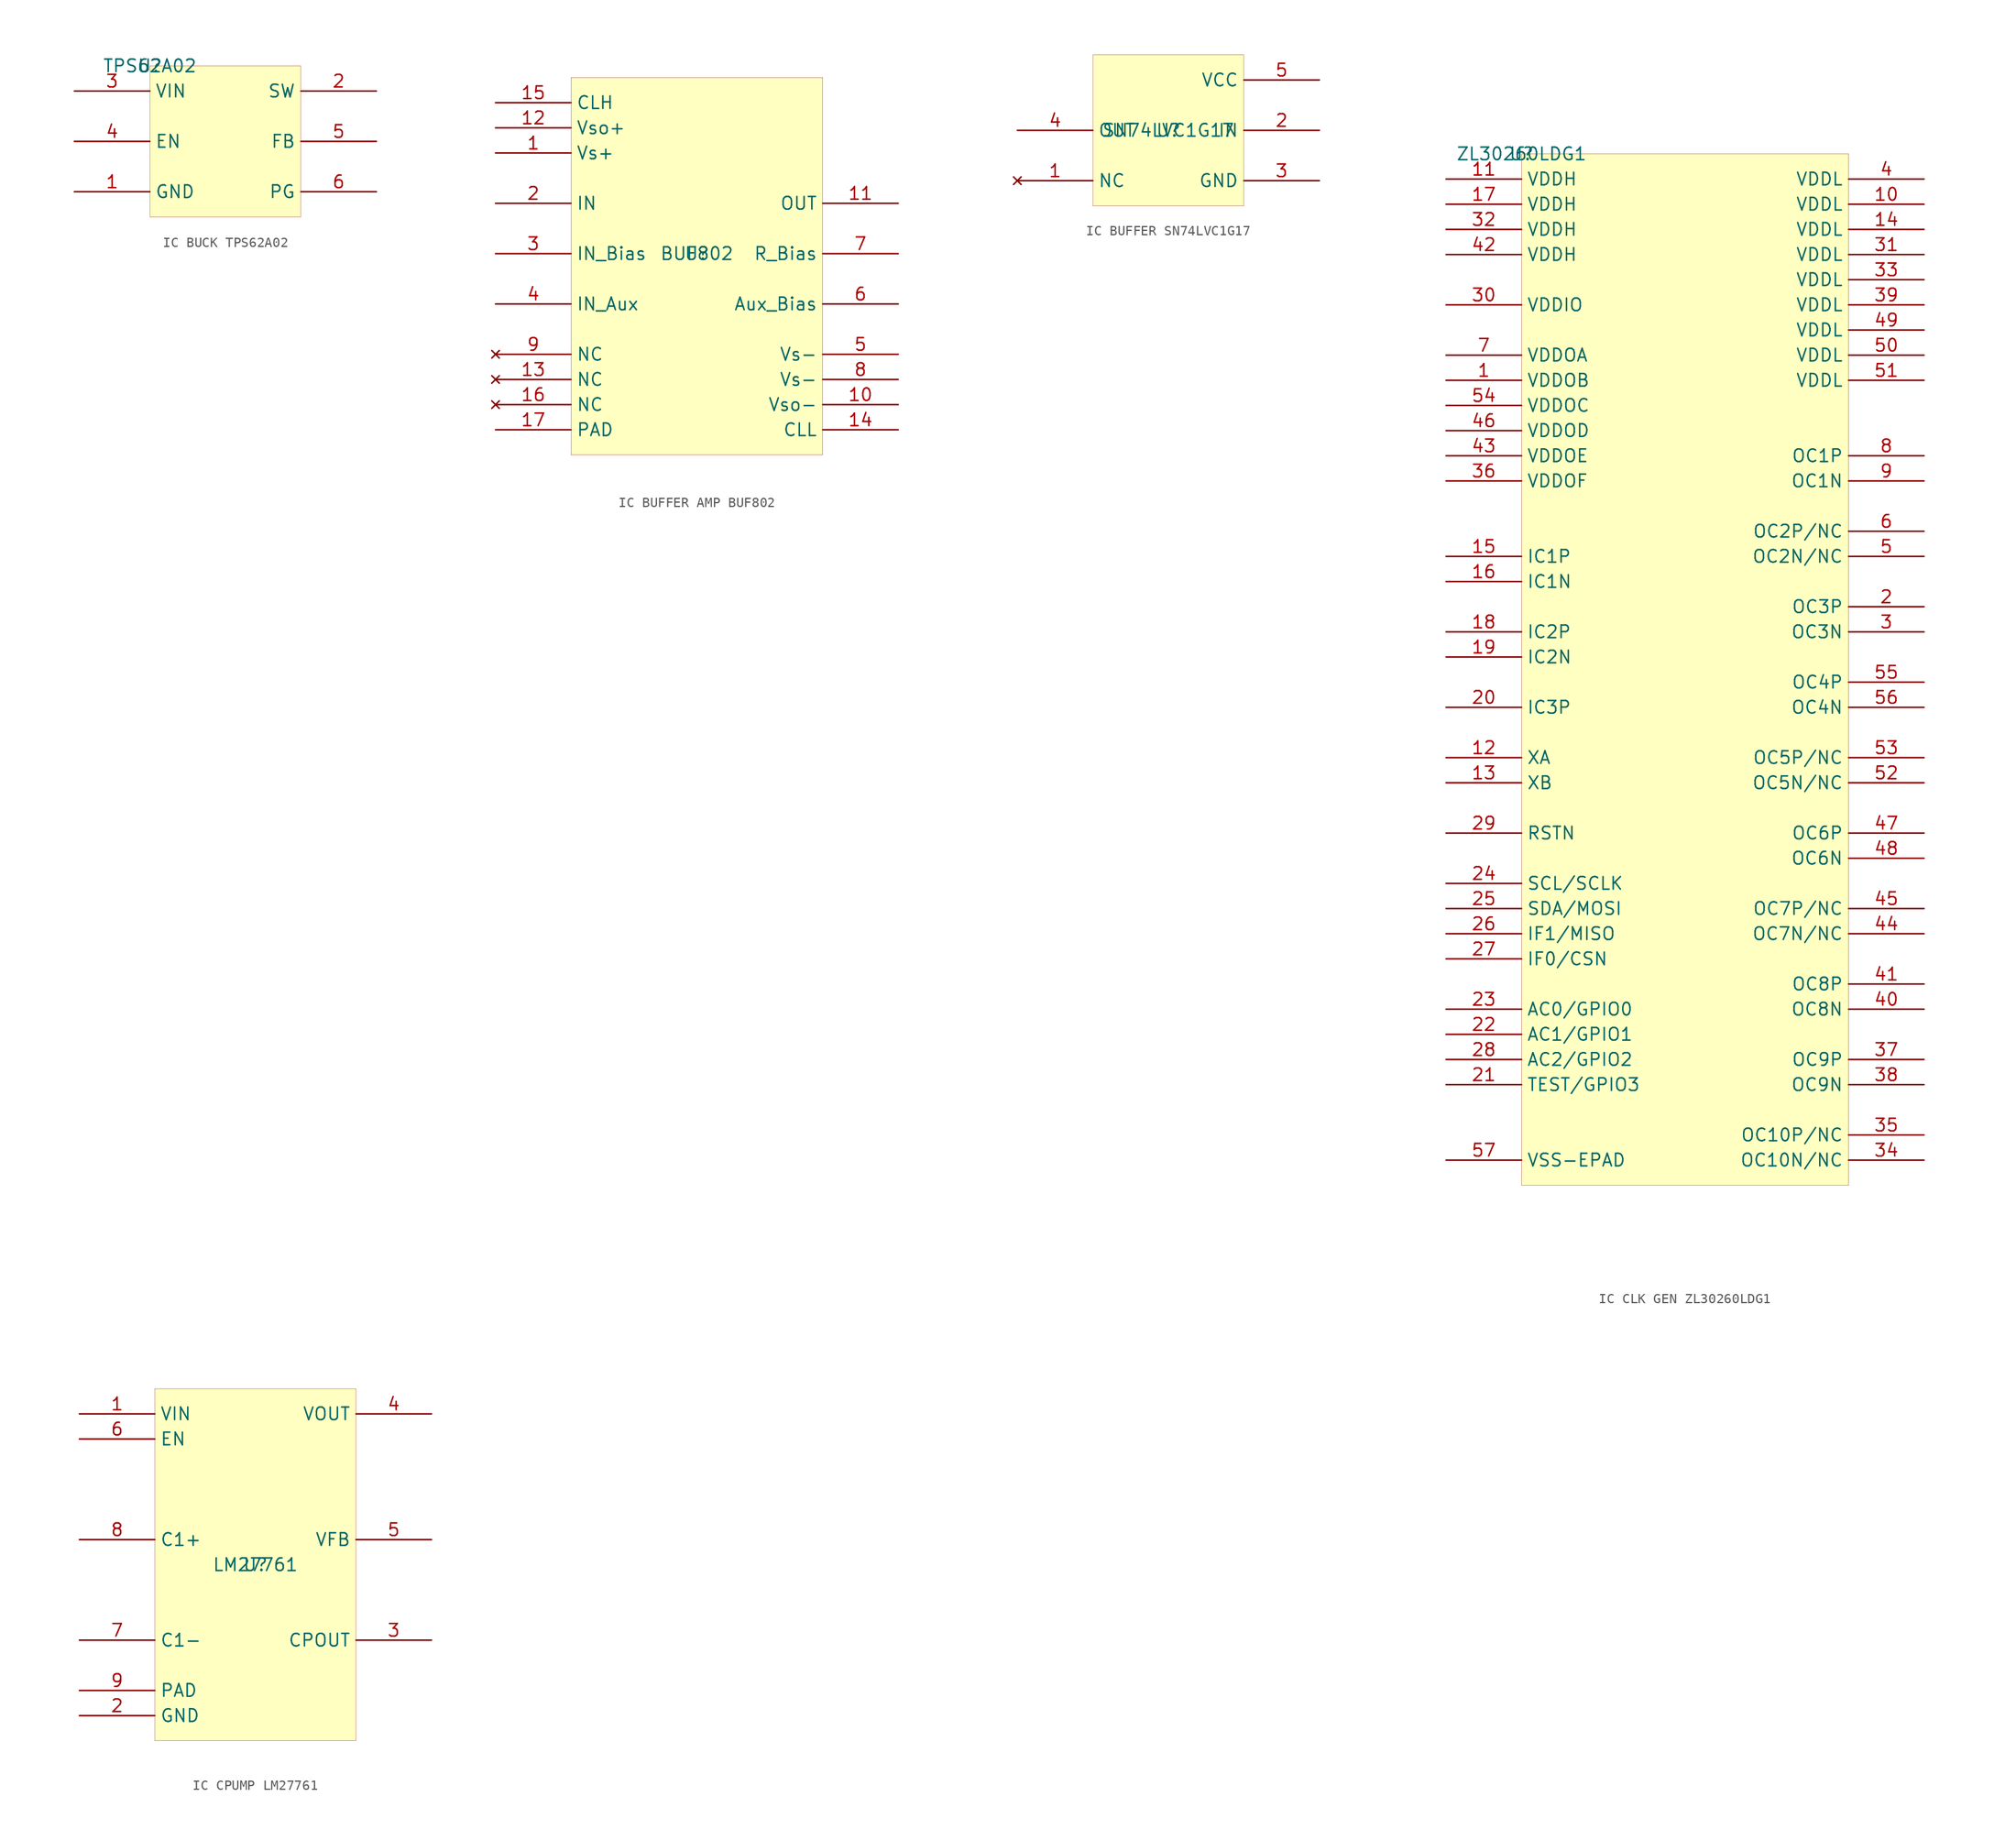
<source format=kicad_sym>
(kicad_symbol_lib
  (version 20241209)
  (generator "kicad_symbol_editor")
  (generator_version "8.99")
  (symbol "IC BUCK TPS62A02"
    (property "Reference" "U"
      (at 0 0 0)
      (effects (font (size 1.27 1.27))))
    (property "Value" "TPS62A02"
      (at 0 0 0)
      (effects (font (size 1.27 1.27))))
    (symbol "IC BUCK TPS62A02_1_0"
      (rectangle (start 15.24 0) (end 0 -15.24) (stroke (width 0.025) (type solid) (color 128 0 0 1)) (fill (type background)))
      (pin power_in line (at -7.62 -2.54 0) (length 7.62) (name "VIN" (effects (font (size 1.27 1.27)))) (number "3" (effects (font (size 1.27 1.27)))))
      (pin input line (at -7.62 -7.62 0) (length 7.62) (name "EN" (effects (font (size 1.27 1.27)))) (number "4" (effects (font (size 1.27 1.27)))))
      (pin power_in line (at -7.62 -12.7 0) (length 7.62) (name "GND" (effects (font (size 1.27 1.27)))) (number "1" (effects (font (size 1.27 1.27)))))
      (pin power_out line (at 22.86 -2.54 180) (length 7.62) (name "SW" (effects (font (size 1.27 1.27)))) (number "2" (effects (font (size 1.27 1.27)))))
      (pin passive line (at 22.86 -7.62 180) (length 7.62) (name "FB" (effects (font (size 1.27 1.27)))) (number "5" (effects (font (size 1.27 1.27)))))
      (pin open_collector line (at 22.86 -12.7 180) (length 7.62) (name "PG" (effects (font (size 1.27 1.27)))) (number "6" (effects (font (size 1.27 1.27)))))))
  (symbol "IC BUFFER AMP BUF802"
    (property "Reference" "U"
      (at 0 0 0)
      (effects (font (size 1.27 1.27))))
    (property "Value" "BUF802"
      (at 0 0 0)
      (effects (font (size 1.27 1.27))))
    (symbol "IC BUFFER AMP BUF802_1_0"
      (rectangle (start 12.7 17.78) (end -12.7 -20.32) (stroke (width 0.025) (type solid) (color 128 0 0 1)) (fill (type background)))
      (pin power_in line (at -20.32 15.24 0) (length 7.62) (name "CLH" (effects (font (size 1.27 1.27)))) (number "15" (effects (font (size 1.27 1.27)))))
      (pin power_in line (at -20.32 12.7 0) (length 7.62) (name "Vso+" (effects (font (size 1.27 1.27)))) (number "12" (effects (font (size 1.27 1.27)))))
      (pin power_in line (at -20.32 10.16 0) (length 7.62) (name "Vs+" (effects (font (size 1.27 1.27)))) (number "1" (effects (font (size 1.27 1.27)))))
      (pin input line (at -20.32 5.08 0) (length 7.62) (name "IN" (effects (font (size 1.27 1.27)))) (number "2" (effects (font (size 1.27 1.27)))))
      (pin input line (at -20.32 0 0) (length 7.62) (name "IN_Bias" (effects (font (size 1.27 1.27)))) (number "3" (effects (font (size 1.27 1.27)))))
      (pin input line (at -20.32 -5.08 0) (length 7.62) (name "IN_Aux" (effects (font (size 1.27 1.27)))) (number "4" (effects (font (size 1.27 1.27)))))
      (pin no_connect line (at -20.32 -10.16 0) (length 7.62) (name "NC" (effects (font (size 1.27 1.27)))) (number "9" (effects (font (size 1.27 1.27)))))
      (pin no_connect line (at -20.32 -12.7 0) (length 7.62) (name "NC" (effects (font (size 1.27 1.27)))) (number "13" (effects (font (size 1.27 1.27)))))
      (pin no_connect line (at -20.32 -15.24 0) (length 7.62) (name "NC" (effects (font (size 1.27 1.27)))) (number "16" (effects (font (size 1.27 1.27)))))
      (pin power_in line (at -20.32 -17.78 0) (length 7.62) (name "PAD" (effects (font (size 1.27 1.27)))) (number "17" (effects (font (size 1.27 1.27)))))
      (pin output line (at 20.32 5.08 180) (length 7.62) (name "OUT" (effects (font (size 1.27 1.27)))) (number "11" (effects (font (size 1.27 1.27)))))
      (pin input line (at 20.32 0 180) (length 7.62) (name "R_Bias" (effects (font (size 1.27 1.27)))) (number "7" (effects (font (size 1.27 1.27)))))
      (pin input line (at 20.32 -5.08 180) (length 7.62) (name "Aux_Bias" (effects (font (size 1.27 1.27)))) (number "6" (effects (font (size 1.27 1.27)))))
      (pin power_in line (at 20.32 -10.16 180) (length 7.62) (name "Vs-" (effects (font (size 1.27 1.27)))) (number "5" (effects (font (size 1.27 1.27)))))
      (pin power_in line (at 20.32 -12.7 180) (length 7.62) (name "Vs-" (effects (font (size 1.27 1.27)))) (number "8" (effects (font (size 1.27 1.27)))))
      (pin power_in line (at 20.32 -15.24 180) (length 7.62) (name "Vso-" (effects (font (size 1.27 1.27)))) (number "10" (effects (font (size 1.27 1.27)))))
      (pin power_in line (at 20.32 -17.78 180) (length 7.62) (name "CLL" (effects (font (size 1.27 1.27)))) (number "14" (effects (font (size 1.27 1.27)))))))
  (symbol "IC BUFFER SN74LVC1G17"
    (property "Reference" "U"
      (at 0 0 0)
      (effects (font (size 1.27 1.27))))
    (property "Value" "SN74LVC1G17"
      (at 0 0 0)
      (effects (font (size 1.27 1.27))))
    (symbol "IC BUFFER SN74LVC1G17_1_0"
      (rectangle (start 7.62 7.62) (end -7.62 -7.62) (stroke (width 0.025) (type solid) (color 128 0 0 1)) (fill (type background)))
      (pin output line (at -15.24 0 0) (length 7.62) (name "OUT" (effects (font (size 1.27 1.27)))) (number "4" (effects (font (size 1.27 1.27)))))
      (pin no_connect line (at -15.24 -5.08 0) (length 7.62) (name "NC" (effects (font (size 1.27 1.27)))) (number "1" (effects (font (size 1.27 1.27)))))
      (pin power_in line (at 15.24 5.08 180) (length 7.62) (name "VCC" (effects (font (size 1.27 1.27)))) (number "5" (effects (font (size 1.27 1.27)))))
      (pin input line (at 15.24 0 180) (length 7.62) (name "IN" (effects (font (size 1.27 1.27)))) (number "2" (effects (font (size 1.27 1.27)))))
      (pin power_in line (at 15.24 -5.08 180) (length 7.62) (name "GND" (effects (font (size 1.27 1.27)))) (number "3" (effects (font (size 1.27 1.27)))))))
  (symbol "IC CLK GEN ZL30260LDG1"
    (property "Reference" "U"
      (at 0 0 0)
      (effects (font (size 1.27 1.27))))
    (property "Value" "ZL30260LDG1"
      (at 0 0 0)
      (effects (font (size 1.27 1.27))))
    (symbol "IC CLK GEN ZL30260LDG1_1_0"
      (rectangle (start 33.02 0) (end 0 -104.14) (stroke (width 0.025) (type solid) (color 128 0 0 1)) (fill (type background)))
      (pin power_in line (at -7.62 -2.54 0) (length 7.62) (name "VDDH" (effects (font (size 1.27 1.27)))) (number "11" (effects (font (size 1.27 1.27)))))
      (pin power_in line (at -7.62 -5.08 0) (length 7.62) (name "VDDH" (effects (font (size 1.27 1.27)))) (number "17" (effects (font (size 1.27 1.27)))))
      (pin power_in line (at -7.62 -7.62 0) (length 7.62) (name "VDDH" (effects (font (size 1.27 1.27)))) (number "32" (effects (font (size 1.27 1.27)))))
      (pin power_in line (at -7.62 -10.16 0) (length 7.62) (name "VDDH" (effects (font (size 1.27 1.27)))) (number "42" (effects (font (size 1.27 1.27)))))
      (pin power_in line (at -7.62 -15.24 0) (length 7.62) (name "VDDIO" (effects (font (size 1.27 1.27)))) (number "30" (effects (font (size 1.27 1.27)))))
      (pin power_in line (at -7.62 -20.32 0) (length 7.62) (name "VDDOA" (effects (font (size 1.27 1.27)))) (number "7" (effects (font (size 1.27 1.27)))))
      (pin power_in line (at -7.62 -22.86 0) (length 7.62) (name "VDDOB" (effects (font (size 1.27 1.27)))) (number "1" (effects (font (size 1.27 1.27)))))
      (pin power_in line (at -7.62 -25.4 0) (length 7.62) (name "VDDOC" (effects (font (size 1.27 1.27)))) (number "54" (effects (font (size 1.27 1.27)))))
      (pin power_in line (at -7.62 -27.94 0) (length 7.62) (name "VDDOD" (effects (font (size 1.27 1.27)))) (number "46" (effects (font (size 1.27 1.27)))))
      (pin power_in line (at -7.62 -30.48 0) (length 7.62) (name "VDDOE" (effects (font (size 1.27 1.27)))) (number "43" (effects (font (size 1.27 1.27)))))
      (pin power_in line (at -7.62 -33.02 0) (length 7.62) (name "VDDOF" (effects (font (size 1.27 1.27)))) (number "36" (effects (font (size 1.27 1.27)))))
      (pin input line (at -7.62 -40.64 0) (length 7.62) (name "IC1P" (effects (font (size 1.27 1.27)))) (number "15" (effects (font (size 1.27 1.27)))))
      (pin input line (at -7.62 -43.18 0) (length 7.62) (name "IC1N" (effects (font (size 1.27 1.27)))) (number "16" (effects (font (size 1.27 1.27)))))
      (pin input line (at -7.62 -48.26 0) (length 7.62) (name "IC2P" (effects (font (size 1.27 1.27)))) (number "18" (effects (font (size 1.27 1.27)))))
      (pin input line (at -7.62 -50.8 0) (length 7.62) (name "IC2N" (effects (font (size 1.27 1.27)))) (number "19" (effects (font (size 1.27 1.27)))))
      (pin input line (at -7.62 -55.88 0) (length 7.62) (name "IC3P" (effects (font (size 1.27 1.27)))) (number "20" (effects (font (size 1.27 1.27)))))
      (pin input line (at -7.62 -60.96 0) (length 7.62) (name "XA" (effects (font (size 1.27 1.27)))) (number "12" (effects (font (size 1.27 1.27)))))
      (pin input line (at -7.62 -63.5 0) (length 7.62) (name "XB" (effects (font (size 1.27 1.27)))) (number "13" (effects (font (size 1.27 1.27)))))
      (pin input line (at -7.62 -68.58 0) (length 7.62) (name "RSTN" (effects (font (size 1.27 1.27)))) (number "29" (effects (font (size 1.27 1.27)))))
      (pin bidirectional line (at -7.62 -73.66 0) (length 7.62) (name "SCL/SCLK" (effects (font (size 1.27 1.27)))) (number "24" (effects (font (size 1.27 1.27)))))
      (pin bidirectional line (at -7.62 -76.2 0) (length 7.62) (name "SDA/MOSI" (effects (font (size 1.27 1.27)))) (number "25" (effects (font (size 1.27 1.27)))))
      (pin bidirectional line (at -7.62 -78.74 0) (length 7.62) (name "IF1/MISO" (effects (font (size 1.27 1.27)))) (number "26" (effects (font (size 1.27 1.27)))))
      (pin bidirectional line (at -7.62 -81.28 0) (length 7.62) (name "IF0/CSN" (effects (font (size 1.27 1.27)))) (number "27" (effects (font (size 1.27 1.27)))))
      (pin bidirectional line (at -7.62 -86.36 0) (length 7.62) (name "AC0/GPIO0" (effects (font (size 1.27 1.27)))) (number "23" (effects (font (size 1.27 1.27)))))
      (pin bidirectional line (at -7.62 -88.9 0) (length 7.62) (name "AC1/GPIO1" (effects (font (size 1.27 1.27)))) (number "22" (effects (font (size 1.27 1.27)))))
      (pin bidirectional line (at -7.62 -91.44 0) (length 7.62) (name "AC2/GPIO2" (effects (font (size 1.27 1.27)))) (number "28" (effects (font (size 1.27 1.27)))))
      (pin bidirectional line (at -7.62 -93.98 0) (length 7.62) (name "TEST/GPIO3" (effects (font (size 1.27 1.27)))) (number "21" (effects (font (size 1.27 1.27)))))
      (pin power_in line (at -7.62 -101.6 0) (length 7.62) (name "VSS-EPAD" (effects (font (size 1.27 1.27)))) (number "57" (effects (font (size 1.27 1.27)))))
      (pin power_in line (at 40.64 -2.54 180) (length 7.62) (name "VDDL" (effects (font (size 1.27 1.27)))) (number "4" (effects (font (size 1.27 1.27)))))
      (pin power_in line (at 40.64 -5.08 180) (length 7.62) (name "VDDL" (effects (font (size 1.27 1.27)))) (number "10" (effects (font (size 1.27 1.27)))))
      (pin power_in line (at 40.64 -7.62 180) (length 7.62) (name "VDDL" (effects (font (size 1.27 1.27)))) (number "14" (effects (font (size 1.27 1.27)))))
      (pin power_in line (at 40.64 -10.16 180) (length 7.62) (name "VDDL" (effects (font (size 1.27 1.27)))) (number "31" (effects (font (size 1.27 1.27)))))
      (pin power_in line (at 40.64 -12.7 180) (length 7.62) (name "VDDL" (effects (font (size 1.27 1.27)))) (number "33" (effects (font (size 1.27 1.27)))))
      (pin power_in line (at 40.64 -15.24 180) (length 7.62) (name "VDDL" (effects (font (size 1.27 1.27)))) (number "39" (effects (font (size 1.27 1.27)))))
      (pin power_in line (at 40.64 -17.78 180) (length 7.62) (name "VDDL" (effects (font (size 1.27 1.27)))) (number "49" (effects (font (size 1.27 1.27)))))
      (pin power_in line (at 40.64 -20.32 180) (length 7.62) (name "VDDL" (effects (font (size 1.27 1.27)))) (number "50" (effects (font (size 1.27 1.27)))))
      (pin power_in line (at 40.64 -22.86 180) (length 7.62) (name "VDDL" (effects (font (size 1.27 1.27)))) (number "51" (effects (font (size 1.27 1.27)))))
      (pin power_out line (at 40.64 -30.48 180) (length 7.62) (name "OC1P" (effects (font (size 1.27 1.27)))) (number "8" (effects (font (size 1.27 1.27)))))
      (pin power_out line (at 40.64 -33.02 180) (length 7.62) (name "OC1N" (effects (font (size 1.27 1.27)))) (number "9" (effects (font (size 1.27 1.27)))))
      (pin power_out line (at 40.64 -38.1 180) (length 7.62) (name "OC2P/NC" (effects (font (size 1.27 1.27)))) (number "6" (effects (font (size 1.27 1.27)))))
      (pin power_out line (at 40.64 -40.64 180) (length 7.62) (name "OC2N/NC" (effects (font (size 1.27 1.27)))) (number "5" (effects (font (size 1.27 1.27)))))
      (pin power_out line (at 40.64 -45.72 180) (length 7.62) (name "OC3P" (effects (font (size 1.27 1.27)))) (number "2" (effects (font (size 1.27 1.27)))))
      (pin power_out line (at 40.64 -48.26 180) (length 7.62) (name "OC3N" (effects (font (size 1.27 1.27)))) (number "3" (effects (font (size 1.27 1.27)))))
      (pin power_out line (at 40.64 -53.34 180) (length 7.62) (name "OC4P" (effects (font (size 1.27 1.27)))) (number "55" (effects (font (size 1.27 1.27)))))
      (pin power_out line (at 40.64 -55.88 180) (length 7.62) (name "OC4N" (effects (font (size 1.27 1.27)))) (number "56" (effects (font (size 1.27 1.27)))))
      (pin power_out line (at 40.64 -60.96 180) (length 7.62) (name "OC5P/NC" (effects (font (size 1.27 1.27)))) (number "53" (effects (font (size 1.27 1.27)))))
      (pin power_out line (at 40.64 -63.5 180) (length 7.62) (name "OC5N/NC" (effects (font (size 1.27 1.27)))) (number "52" (effects (font (size 1.27 1.27)))))
      (pin power_out line (at 40.64 -68.58 180) (length 7.62) (name "OC6P" (effects (font (size 1.27 1.27)))) (number "47" (effects (font (size 1.27 1.27)))))
      (pin power_out line (at 40.64 -71.12 180) (length 7.62) (name "OC6N" (effects (font (size 1.27 1.27)))) (number "48" (effects (font (size 1.27 1.27)))))
      (pin power_out line (at 40.64 -76.2 180) (length 7.62) (name "OC7P/NC" (effects (font (size 1.27 1.27)))) (number "45" (effects (font (size 1.27 1.27)))))
      (pin power_out line (at 40.64 -78.74 180) (length 7.62) (name "OC7N/NC" (effects (font (size 1.27 1.27)))) (number "44" (effects (font (size 1.27 1.27)))))
      (pin power_out line (at 40.64 -83.82 180) (length 7.62) (name "OC8P" (effects (font (size 1.27 1.27)))) (number "41" (effects (font (size 1.27 1.27)))))
      (pin power_out line (at 40.64 -86.36 180) (length 7.62) (name "OC8N" (effects (font (size 1.27 1.27)))) (number "40" (effects (font (size 1.27 1.27)))))
      (pin power_out line (at 40.64 -91.44 180) (length 7.62) (name "OC9P" (effects (font (size 1.27 1.27)))) (number "37" (effects (font (size 1.27 1.27)))))
      (pin power_out line (at 40.64 -93.98 180) (length 7.62) (name "OC9N" (effects (font (size 1.27 1.27)))) (number "38" (effects (font (size 1.27 1.27)))))
      (pin power_out line (at 40.64 -99.06 180) (length 7.62) (name "OC10P/NC" (effects (font (size 1.27 1.27)))) (number "35" (effects (font (size 1.27 1.27)))))
      (pin power_out line (at 40.64 -101.6 180) (length 7.62) (name "OC10N/NC" (effects (font (size 1.27 1.27)))) (number "34" (effects (font (size 1.27 1.27)))))))
  (symbol "IC CPUMP LM27761"
    (property "Reference" "U"
      (at 0 0 0)
      (effects (font (size 1.27 1.27))))
    (property "Value" "LM27761"
      (at 0 0 0)
      (effects (font (size 1.27 1.27))))
    (symbol "IC CPUMP LM27761_1_0"
      (rectangle (start 10.16 17.78) (end -10.16 -17.78) (stroke (width 0.025) (type solid) (color 128 0 0 1)) (fill (type background)))
      (pin power_in line (at -17.78 15.24 0) (length 7.62) (name "VIN" (effects (font (size 1.27 1.27)))) (number "1" (effects (font (size 1.27 1.27)))))
      (pin input line (at -17.78 12.7 0) (length 7.62) (name "EN" (effects (font (size 1.27 1.27)))) (number "6" (effects (font (size 1.27 1.27)))))
      (pin passive line (at -17.78 2.54 0) (length 7.62) (name "C1+" (effects (font (size 1.27 1.27)))) (number "8" (effects (font (size 1.27 1.27)))))
      (pin passive line (at -17.78 -7.62 0) (length 7.62) (name "C1-" (effects (font (size 1.27 1.27)))) (number "7" (effects (font (size 1.27 1.27)))))
      (pin power_in line (at -17.78 -12.7 0) (length 7.62) (name "PAD" (effects (font (size 1.27 1.27)))) (number "9" (effects (font (size 1.27 1.27)))))
      (pin power_in line (at -17.78 -15.24 0) (length 7.62) (name "GND" (effects (font (size 1.27 1.27)))) (number "2" (effects (font (size 1.27 1.27)))))
      (pin power_out line (at 17.78 15.24 180) (length 7.62) (name "VOUT" (effects (font (size 1.27 1.27)))) (number "4" (effects (font (size 1.27 1.27)))))
      (pin passive line (at 17.78 2.54 180) (length 7.62) (name "VFB" (effects (font (size 1.27 1.27)))) (number "5" (effects (font (size 1.27 1.27)))))
      (pin power_out line (at 17.78 -7.62 180) (length 7.62) (name "CPOUT" (effects (font (size 1.27 1.27)))) (number "3" (effects (font (size 1.27 1.27))))))))
</source>
